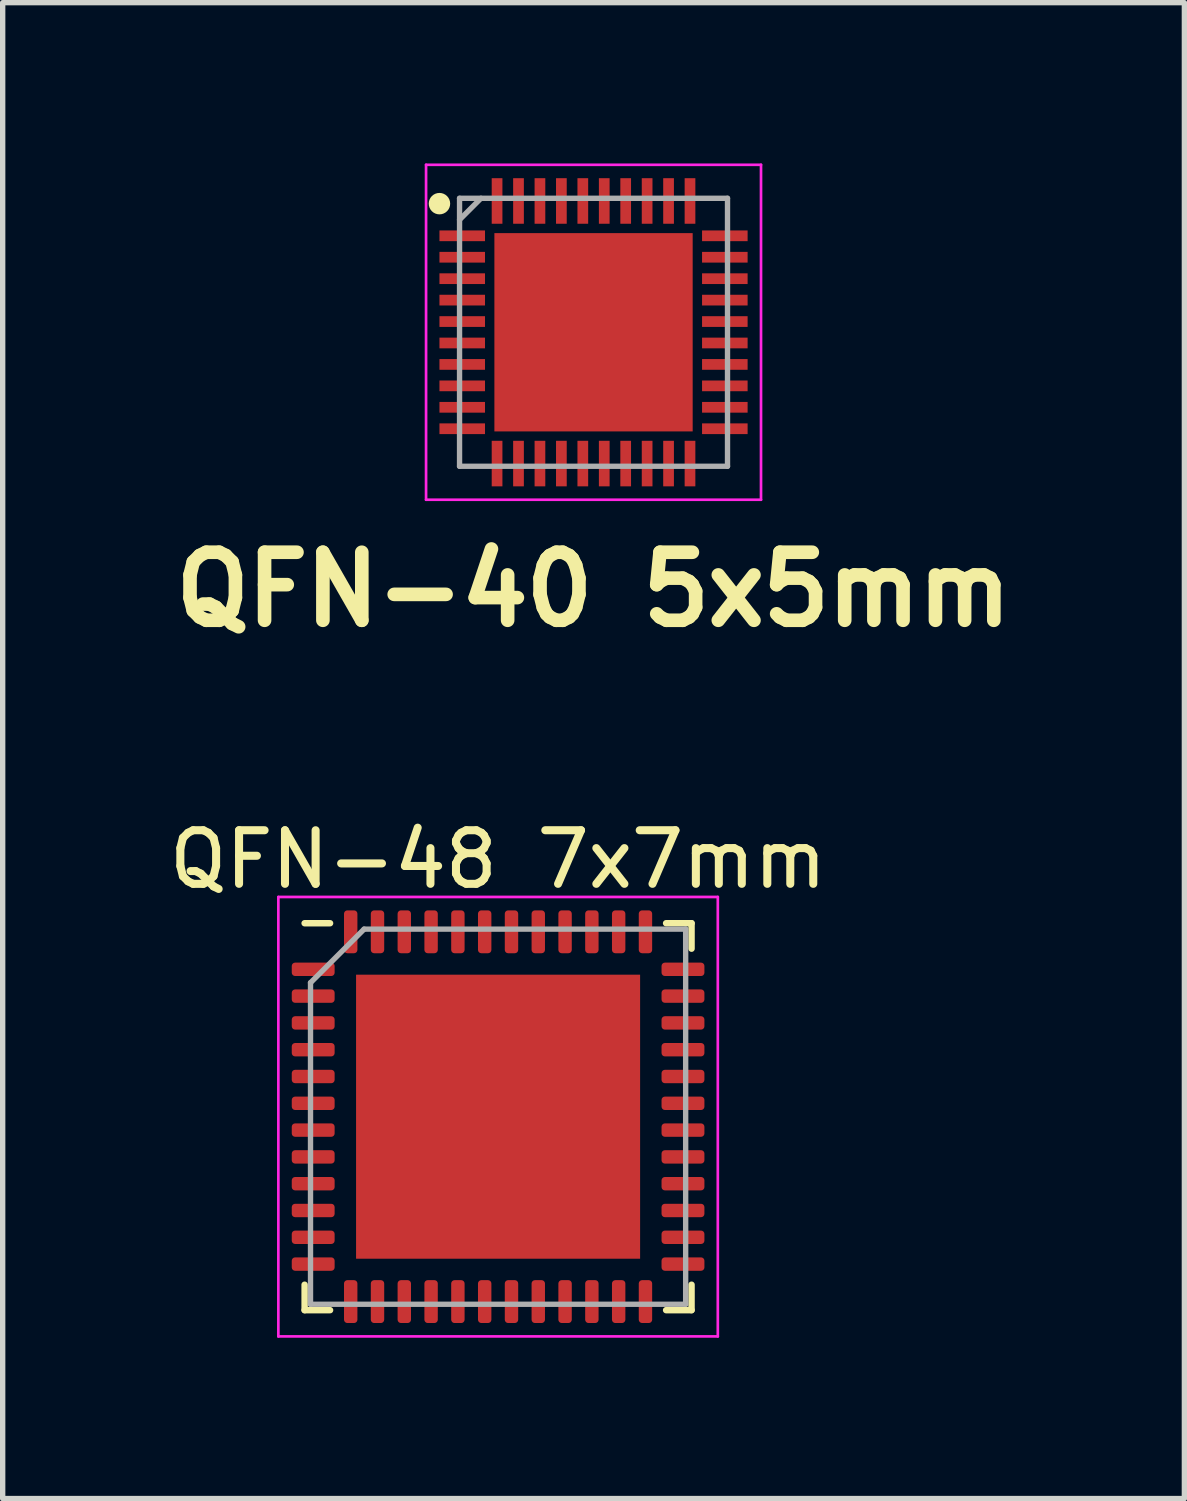
<source format=kicad_pcb>
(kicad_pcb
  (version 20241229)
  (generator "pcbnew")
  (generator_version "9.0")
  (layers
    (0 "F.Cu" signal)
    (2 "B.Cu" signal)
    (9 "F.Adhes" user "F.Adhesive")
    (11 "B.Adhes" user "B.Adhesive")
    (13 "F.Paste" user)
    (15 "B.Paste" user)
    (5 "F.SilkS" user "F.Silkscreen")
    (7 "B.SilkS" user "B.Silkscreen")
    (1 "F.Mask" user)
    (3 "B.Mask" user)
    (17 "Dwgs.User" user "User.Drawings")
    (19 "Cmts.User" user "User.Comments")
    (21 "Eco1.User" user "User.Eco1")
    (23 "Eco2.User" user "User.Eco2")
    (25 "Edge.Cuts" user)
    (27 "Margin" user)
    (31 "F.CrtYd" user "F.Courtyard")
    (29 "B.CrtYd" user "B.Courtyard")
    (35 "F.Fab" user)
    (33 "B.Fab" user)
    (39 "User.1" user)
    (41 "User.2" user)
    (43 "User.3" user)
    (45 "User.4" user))
  (footprint "QFN-48 7x7mm"
    (layer "F.Cu")
    (at 6.244 17.787)
    (property "Reference" "QFN-48 7x7mm" (at 0 -4.8 0) (layer "F.SilkS") (effects (font (size 1 1) (thickness 0.15))))
    (attr smd)
    (fp_line (start -3.61 3.61) (end -3.61 3.135) (stroke (width 0.12) (type solid)) (layer "F.SilkS"))
    (fp_line (start -3.135 -3.61) (end -3.61 -3.61) (stroke (width 0.12) (type solid)) (layer "F.SilkS"))
    (fp_line (start -3.135 3.61) (end -3.61 3.61) (stroke (width 0.12) (type solid)) (layer "F.SilkS"))
    (fp_line (start 3.135 -3.61) (end 3.61 -3.61) (stroke (width 0.12) (type solid)) (layer "F.SilkS"))
    (fp_line (start 3.135 3.61) (end 3.61 3.61) (stroke (width 0.12) (type solid)) (layer "F.SilkS"))
    (fp_line (start 3.61 -3.61) (end 3.61 -3.135) (stroke (width 0.12) (type solid)) (layer "F.SilkS"))
    (fp_line (start 3.61 3.61) (end 3.61 3.135) (stroke (width 0.12) (type solid)) (layer "F.SilkS"))
    (fp_line (start -4.1 -4.1) (end -4.1 4.1) (stroke (width 0.05) (type solid)) (layer "F.CrtYd"))
    (fp_line (start -4.1 4.1) (end 4.1 4.1) (stroke (width 0.05) (type solid)) (layer "F.CrtYd"))
    (fp_line (start 4.1 -4.1) (end -4.1 -4.1) (stroke (width 0.05) (type solid)) (layer "F.CrtYd"))
    (fp_line (start 4.1 4.1) (end 4.1 -4.1) (stroke (width 0.05) (type solid)) (layer "F.CrtYd"))
    (fp_line (start -3.5 -2.5) (end -2.5 -3.5) (stroke (width 0.1) (type solid)) (layer "F.Fab"))
    (fp_line (start -3.5 3.5) (end -3.5 -2.5) (stroke (width 0.1) (type solid)) (layer "F.Fab"))
    (fp_line (start -2.5 -3.5) (end 3.5 -3.5) (stroke (width 0.1) (type solid)) (layer "F.Fab"))
    (fp_line (start 3.5 -3.5) (end 3.5 3.5) (stroke (width 0.1) (type solid)) (layer "F.Fab"))
    (fp_line (start 3.5 3.5) (end -3.5 3.5) (stroke (width 0.1) (type solid)) (layer "F.Fab"))
    (pad "" smd roundrect (at -1.98 -1.98) (size 1.07 1.07) (layers "F.Paste") (roundrect_rratio 0.234))
    (pad "" smd roundrect (at -1.98 -0.66) (size 1.07 1.07) (layers "F.Paste") (roundrect_rratio 0.234))
    (pad "" smd roundrect (at -1.98 0.66) (size 1.07 1.07) (layers "F.Paste") (roundrect_rratio 0.234))
    (pad "" smd roundrect (at -1.98 1.98) (size 1.07 1.07) (layers "F.Paste") (roundrect_rratio 0.234))
    (pad "" smd roundrect (at -0.66 -1.98) (size 1.07 1.07) (layers "F.Paste") (roundrect_rratio 0.234))
    (pad "" smd roundrect (at -0.66 -0.66) (size 1.07 1.07) (layers "F.Paste") (roundrect_rratio 0.234))
    (pad "" smd roundrect (at -0.66 0.66) (size 1.07 1.07) (layers "F.Paste") (roundrect_rratio 0.234))
    (pad "" smd roundrect (at -0.66 1.98) (size 1.07 1.07) (layers "F.Paste") (roundrect_rratio 0.234))
    (pad "" smd roundrect (at 0.66 -1.98) (size 1.07 1.07) (layers "F.Paste") (roundrect_rratio 0.234))
    (pad "" smd roundrect (at 0.66 -0.66) (size 1.07 1.07) (layers "F.Paste") (roundrect_rratio 0.234))
    (pad "" smd roundrect (at 0.66 0.66) (size 1.07 1.07) (layers "F.Paste") (roundrect_rratio 0.234))
    (pad "" smd roundrect (at 0.66 1.98) (size 1.07 1.07) (layers "F.Paste") (roundrect_rratio 0.234))
    (pad "" smd roundrect (at 1.98 -1.98) (size 1.07 1.07) (layers "F.Paste") (roundrect_rratio 0.234))
    (pad "" smd roundrect (at 1.98 -0.66) (size 1.07 1.07) (layers "F.Paste") (roundrect_rratio 0.234))
    (pad "" smd roundrect (at 1.98 0.66) (size 1.07 1.07) (layers "F.Paste") (roundrect_rratio 0.234))
    (pad "" smd roundrect (at 1.98 1.98) (size 1.07 1.07) (layers "F.Paste") (roundrect_rratio 0.234))
    (pad "1" smd roundrect (at -3.45 -2.75) (size 0.8 0.25) (layers "F.Cu" "F.Mask" "F.Paste") (roundrect_rratio 0.25))
    (pad "2" smd roundrect (at -3.45 -2.25) (size 0.8 0.25) (layers "F.Cu" "F.Mask" "F.Paste") (roundrect_rratio 0.25))
    (pad "3" smd roundrect (at -3.45 -1.75) (size 0.8 0.25) (layers "F.Cu" "F.Mask" "F.Paste") (roundrect_rratio 0.25))
    (pad "4" smd roundrect (at -3.45 -1.25) (size 0.8 0.25) (layers "F.Cu" "F.Mask" "F.Paste") (roundrect_rratio 0.25))
    (pad "5" smd roundrect (at -3.45 -0.75) (size 0.8 0.25) (layers "F.Cu" "F.Mask" "F.Paste") (roundrect_rratio 0.25))
    (pad "6" smd roundrect (at -3.45 -0.25) (size 0.8 0.25) (layers "F.Cu" "F.Mask" "F.Paste") (roundrect_rratio 0.25))
    (pad "7" smd roundrect (at -3.45 0.25) (size 0.8 0.25) (layers "F.Cu" "F.Mask" "F.Paste") (roundrect_rratio 0.25))
    (pad "8" smd roundrect (at -3.45 0.75) (size 0.8 0.25) (layers "F.Cu" "F.Mask" "F.Paste") (roundrect_rratio 0.25))
    (pad "9" smd roundrect (at -3.45 1.25) (size 0.8 0.25) (layers "F.Cu" "F.Mask" "F.Paste") (roundrect_rratio 0.25))
    (pad "10" smd roundrect (at -3.45 1.75) (size 0.8 0.25) (layers "F.Cu" "F.Mask" "F.Paste") (roundrect_rratio 0.25))
    (pad "11" smd roundrect (at -3.45 2.25) (size 0.8 0.25) (layers "F.Cu" "F.Mask" "F.Paste") (roundrect_rratio 0.25))
    (pad "12" smd roundrect (at -3.45 2.75) (size 0.8 0.25) (layers "F.Cu" "F.Mask" "F.Paste") (roundrect_rratio 0.25))
    (pad "13" smd roundrect (at -2.75 3.45) (size 0.25 0.8) (layers "F.Cu" "F.Mask" "F.Paste") (roundrect_rratio 0.25))
    (pad "14" smd roundrect (at -2.25 3.45) (size 0.25 0.8) (layers "F.Cu" "F.Mask" "F.Paste") (roundrect_rratio 0.25))
    (pad "15" smd roundrect (at -1.75 3.45) (size 0.25 0.8) (layers "F.Cu" "F.Mask" "F.Paste") (roundrect_rratio 0.25))
    (pad "16" smd roundrect (at -1.25 3.45) (size 0.25 0.8) (layers "F.Cu" "F.Mask" "F.Paste") (roundrect_rratio 0.25))
    (pad "17" smd roundrect (at -0.75 3.45) (size 0.25 0.8) (layers "F.Cu" "F.Mask" "F.Paste") (roundrect_rratio 0.25))
    (pad "18" smd roundrect (at -0.25 3.45) (size 0.25 0.8) (layers "F.Cu" "F.Mask" "F.Paste") (roundrect_rratio 0.25))
    (pad "19" smd roundrect (at 0.25 3.45) (size 0.25 0.8) (layers "F.Cu" "F.Mask" "F.Paste") (roundrect_rratio 0.25))
    (pad "20" smd roundrect (at 0.75 3.45) (size 0.25 0.8) (layers "F.Cu" "F.Mask" "F.Paste") (roundrect_rratio 0.25))
    (pad "21" smd roundrect (at 1.25 3.45) (size 0.25 0.8) (layers "F.Cu" "F.Mask" "F.Paste") (roundrect_rratio 0.25))
    (pad "22" smd roundrect (at 1.75 3.45) (size 0.25 0.8) (layers "F.Cu" "F.Mask" "F.Paste") (roundrect_rratio 0.25))
    (pad "23" smd roundrect (at 2.25 3.45) (size 0.25 0.8) (layers "F.Cu" "F.Mask" "F.Paste") (roundrect_rratio 0.25))
    (pad "24" smd roundrect (at 2.75 3.45) (size 0.25 0.8) (layers "F.Cu" "F.Mask" "F.Paste") (roundrect_rratio 0.25))
    (pad "25" smd roundrect (at 3.45 2.75) (size 0.8 0.25) (layers "F.Cu" "F.Mask" "F.Paste") (roundrect_rratio 0.25))
    (pad "26" smd roundrect (at 3.45 2.25) (size 0.8 0.25) (layers "F.Cu" "F.Mask" "F.Paste") (roundrect_rratio 0.25))
    (pad "27" smd roundrect (at 3.45 1.75) (size 0.8 0.25) (layers "F.Cu" "F.Mask" "F.Paste") (roundrect_rratio 0.25))
    (pad "28" smd roundrect (at 3.45 1.25) (size 0.8 0.25) (layers "F.Cu" "F.Mask" "F.Paste") (roundrect_rratio 0.25))
    (pad "29" smd roundrect (at 3.45 0.75) (size 0.8 0.25) (layers "F.Cu" "F.Mask" "F.Paste") (roundrect_rratio 0.25))
    (pad "30" smd roundrect (at 3.45 0.25) (size 0.8 0.25) (layers "F.Cu" "F.Mask" "F.Paste") (roundrect_rratio 0.25))
    (pad "31" smd roundrect (at 3.45 -0.25) (size 0.8 0.25) (layers "F.Cu" "F.Mask" "F.Paste") (roundrect_rratio 0.25))
    (pad "32" smd roundrect (at 3.45 -0.75) (size 0.8 0.25) (layers "F.Cu" "F.Mask" "F.Paste") (roundrect_rratio 0.25))
    (pad "33" smd roundrect (at 3.45 -1.25) (size 0.8 0.25) (layers "F.Cu" "F.Mask" "F.Paste") (roundrect_rratio 0.25))
    (pad "34" smd roundrect (at 3.45 -1.75) (size 0.8 0.25) (layers "F.Cu" "F.Mask" "F.Paste") (roundrect_rratio 0.25))
    (pad "35" smd roundrect (at 3.45 -2.25) (size 0.8 0.25) (layers "F.Cu" "F.Mask" "F.Paste") (roundrect_rratio 0.25))
    (pad "36" smd roundrect (at 3.45 -2.75) (size 0.8 0.25) (layers "F.Cu" "F.Mask" "F.Paste") (roundrect_rratio 0.25))
    (pad "37" smd roundrect (at 2.75 -3.45) (size 0.25 0.8) (layers "F.Cu" "F.Mask" "F.Paste") (roundrect_rratio 0.25))
    (pad "38" smd roundrect (at 2.25 -3.45) (size 0.25 0.8) (layers "F.Cu" "F.Mask" "F.Paste") (roundrect_rratio 0.25))
    (pad "39" smd roundrect (at 1.75 -3.45) (size 0.25 0.8) (layers "F.Cu" "F.Mask" "F.Paste") (roundrect_rratio 0.25))
    (pad "40" smd roundrect (at 1.25 -3.45) (size 0.25 0.8) (layers "F.Cu" "F.Mask" "F.Paste") (roundrect_rratio 0.25))
    (pad "41" smd roundrect (at 0.75 -3.45) (size 0.25 0.8) (layers "F.Cu" "F.Mask" "F.Paste") (roundrect_rratio 0.25))
    (pad "42" smd roundrect (at 0.25 -3.45) (size 0.25 0.8) (layers "F.Cu" "F.Mask" "F.Paste") (roundrect_rratio 0.25))
    (pad "43" smd roundrect (at -0.25 -3.45) (size 0.25 0.8) (layers "F.Cu" "F.Mask" "F.Paste") (roundrect_rratio 0.25))
    (pad "44" smd roundrect (at -0.75 -3.45) (size 0.25 0.8) (layers "F.Cu" "F.Mask" "F.Paste") (roundrect_rratio 0.25))
    (pad "45" smd roundrect (at -1.25 -3.45) (size 0.25 0.8) (layers "F.Cu" "F.Mask" "F.Paste") (roundrect_rratio 0.25))
    (pad "46" smd roundrect (at -1.75 -3.45) (size 0.25 0.8) (layers "F.Cu" "F.Mask" "F.Paste") (roundrect_rratio 0.25))
    (pad "47" smd roundrect (at -2.25 -3.45) (size 0.25 0.8) (layers "F.Cu" "F.Mask" "F.Paste") (roundrect_rratio 0.25))
    (pad "48" smd roundrect (at -2.75 -3.45) (size 0.25 0.8) (layers "F.Cu" "F.Mask" "F.Paste") (roundrect_rratio 0.25))
    (pad "49" smd rect (at 0 0) (size 5.3 5.3) (layers "F.Cu" "F.Mask")))
  (footprint "QFN-40 5x5mm"
    (layer "F.Cu")
    (at 8.025 3.15)
    (property "Reference" "QFN-40 5x5mm" (at 0 4.8 0) (layer "F.SilkS") (effects (font (size 1.27 1.27) (thickness 0.254))))
    (attr smd)
    (fp_circle (center -2.875 -2.4) (end -2.875 -2.3) (stroke (width 0.2) (type solid)) (fill no) (layer "F.SilkS"))
    (fp_line (start -3.125 -3.125) (end 3.125 -3.125) (stroke (width 0.05) (type solid)) (layer "F.CrtYd"))
    (fp_line (start -3.125 3.125) (end -3.125 -3.125) (stroke (width 0.05) (type solid)) (layer "F.CrtYd"))
    (fp_line (start 3.125 -3.125) (end 3.125 3.125) (stroke (width 0.05) (type solid)) (layer "F.CrtYd"))
    (fp_line (start 3.125 3.125) (end -3.125 3.125) (stroke (width 0.05) (type solid)) (layer "F.CrtYd"))
    (fp_line (start -2.5 -2.5) (end 2.5 -2.5) (stroke (width 0.1) (type solid)) (layer "F.Fab"))
    (fp_line (start -2.5 -2.1) (end -2.1 -2.5) (stroke (width 0.1) (type solid)) (layer "F.Fab"))
    (fp_line (start -2.5 2.5) (end -2.5 -2.5) (stroke (width 0.1) (type solid)) (layer "F.Fab"))
    (fp_line (start 2.5 -2.5) (end 2.5 2.5) (stroke (width 0.1) (type solid)) (layer "F.Fab"))
    (fp_line (start 2.5 2.5) (end -2.5 2.5) (stroke (width 0.1) (type solid)) (layer "F.Fab"))
    (pad "1" smd rect (at -2.45 -1.8 90) (size 0.2 0.85) (layers "F.Cu" "F.Mask" "F.Paste"))
    (pad "2" smd rect (at -2.45 -1.4 90) (size 0.2 0.85) (layers "F.Cu" "F.Mask" "F.Paste"))
    (pad "3" smd rect (at -2.45 -1 90) (size 0.2 0.85) (layers "F.Cu" "F.Mask" "F.Paste"))
    (pad "4" smd rect (at -2.45 -0.6 90) (size 0.2 0.85) (layers "F.Cu" "F.Mask" "F.Paste"))
    (pad "5" smd rect (at -2.45 -0.2 90) (size 0.2 0.85) (layers "F.Cu" "F.Mask" "F.Paste"))
    (pad "6" smd rect (at -2.45 0.2 90) (size 0.2 0.85) (layers "F.Cu" "F.Mask" "F.Paste"))
    (pad "7" smd rect (at -2.45 0.6 90) (size 0.2 0.85) (layers "F.Cu" "F.Mask" "F.Paste"))
    (pad "8" smd rect (at -2.45 1 90) (size 0.2 0.85) (layers "F.Cu" "F.Mask" "F.Paste"))
    (pad "9" smd rect (at -2.45 1.4 90) (size 0.2 0.85) (layers "F.Cu" "F.Mask" "F.Paste"))
    (pad "10" smd rect (at -2.45 1.8 90) (size 0.2 0.85) (layers "F.Cu" "F.Mask" "F.Paste"))
    (pad "11" smd rect (at -1.8 2.45) (size 0.2 0.85) (layers "F.Cu" "F.Mask" "F.Paste"))
    (pad "12" smd rect (at -1.4 2.45) (size 0.2 0.85) (layers "F.Cu" "F.Mask" "F.Paste"))
    (pad "13" smd rect (at -1 2.45) (size 0.2 0.85) (layers "F.Cu" "F.Mask" "F.Paste"))
    (pad "14" smd rect (at -0.6 2.45) (size 0.2 0.85) (layers "F.Cu" "F.Mask" "F.Paste"))
    (pad "15" smd rect (at -0.2 2.45) (size 0.2 0.85) (layers "F.Cu" "F.Mask" "F.Paste"))
    (pad "16" smd rect (at 0.2 2.45) (size 0.2 0.85) (layers "F.Cu" "F.Mask" "F.Paste"))
    (pad "17" smd rect (at 0.6 2.45) (size 0.2 0.85) (layers "F.Cu" "F.Mask" "F.Paste"))
    (pad "18" smd rect (at 1 2.45) (size 0.2 0.85) (layers "F.Cu" "F.Mask" "F.Paste"))
    (pad "19" smd rect (at 1.4 2.45) (size 0.2 0.85) (layers "F.Cu" "F.Mask" "F.Paste"))
    (pad "20" smd rect (at 1.8 2.45) (size 0.2 0.85) (layers "F.Cu" "F.Mask" "F.Paste"))
    (pad "21" smd rect (at 2.45 1.8 90) (size 0.2 0.85) (layers "F.Cu" "F.Mask" "F.Paste"))
    (pad "22" smd rect (at 2.45 1.4 90) (size 0.2 0.85) (layers "F.Cu" "F.Mask" "F.Paste"))
    (pad "23" smd rect (at 2.45 1 90) (size 0.2 0.85) (layers "F.Cu" "F.Mask" "F.Paste"))
    (pad "24" smd rect (at 2.45 0.6 90) (size 0.2 0.85) (layers "F.Cu" "F.Mask" "F.Paste"))
    (pad "25" smd rect (at 2.45 0.2 90) (size 0.2 0.85) (layers "F.Cu" "F.Mask" "F.Paste"))
    (pad "26" smd rect (at 2.45 -0.2 90) (size 0.2 0.85) (layers "F.Cu" "F.Mask" "F.Paste"))
    (pad "27" smd rect (at 2.45 -0.6 90) (size 0.2 0.85) (layers "F.Cu" "F.Mask" "F.Paste"))
    (pad "28" smd rect (at 2.45 -1 90) (size 0.2 0.85) (layers "F.Cu" "F.Mask" "F.Paste"))
    (pad "29" smd rect (at 2.45 -1.4 90) (size 0.2 0.85) (layers "F.Cu" "F.Mask" "F.Paste"))
    (pad "30" smd rect (at 2.45 -1.8 90) (size 0.2 0.85) (layers "F.Cu" "F.Mask" "F.Paste"))
    (pad "31" smd rect (at 1.8 -2.45) (size 0.2 0.85) (layers "F.Cu" "F.Mask" "F.Paste"))
    (pad "32" smd rect (at 1.4 -2.45) (size 0.2 0.85) (layers "F.Cu" "F.Mask" "F.Paste"))
    (pad "33" smd rect (at 1 -2.45) (size 0.2 0.85) (layers "F.Cu" "F.Mask" "F.Paste"))
    (pad "34" smd rect (at 0.6 -2.45) (size 0.2 0.85) (layers "F.Cu" "F.Mask" "F.Paste"))
    (pad "35" smd rect (at 0.2 -2.45) (size 0.2 0.85) (layers "F.Cu" "F.Mask" "F.Paste"))
    (pad "36" smd rect (at -0.2 -2.45) (size 0.2 0.85) (layers "F.Cu" "F.Mask" "F.Paste"))
    (pad "37" smd rect (at -0.6 -2.45) (size 0.2 0.85) (layers "F.Cu" "F.Mask" "F.Paste"))
    (pad "38" smd rect (at -1 -2.45) (size 0.2 0.85) (layers "F.Cu" "F.Mask" "F.Paste"))
    (pad "39" smd rect (at -1.4 -2.45) (size 0.2 0.85) (layers "F.Cu" "F.Mask" "F.Paste"))
    (pad "40" smd rect (at -1.8 -2.45) (size 0.2 0.85) (layers "F.Cu" "F.Mask" "F.Paste"))
    (pad "EP" smd rect (at 0 0) (size 3.7 3.7) (layers "F.Cu" "F.Mask" "F.Paste")))
  (gr_rect
    (start -3 -3)
    (end 19.05 24.912)
    (stroke (width 0.1) (type default))
    (fill no)
    (layer "Edge.Cuts")))
</source>
